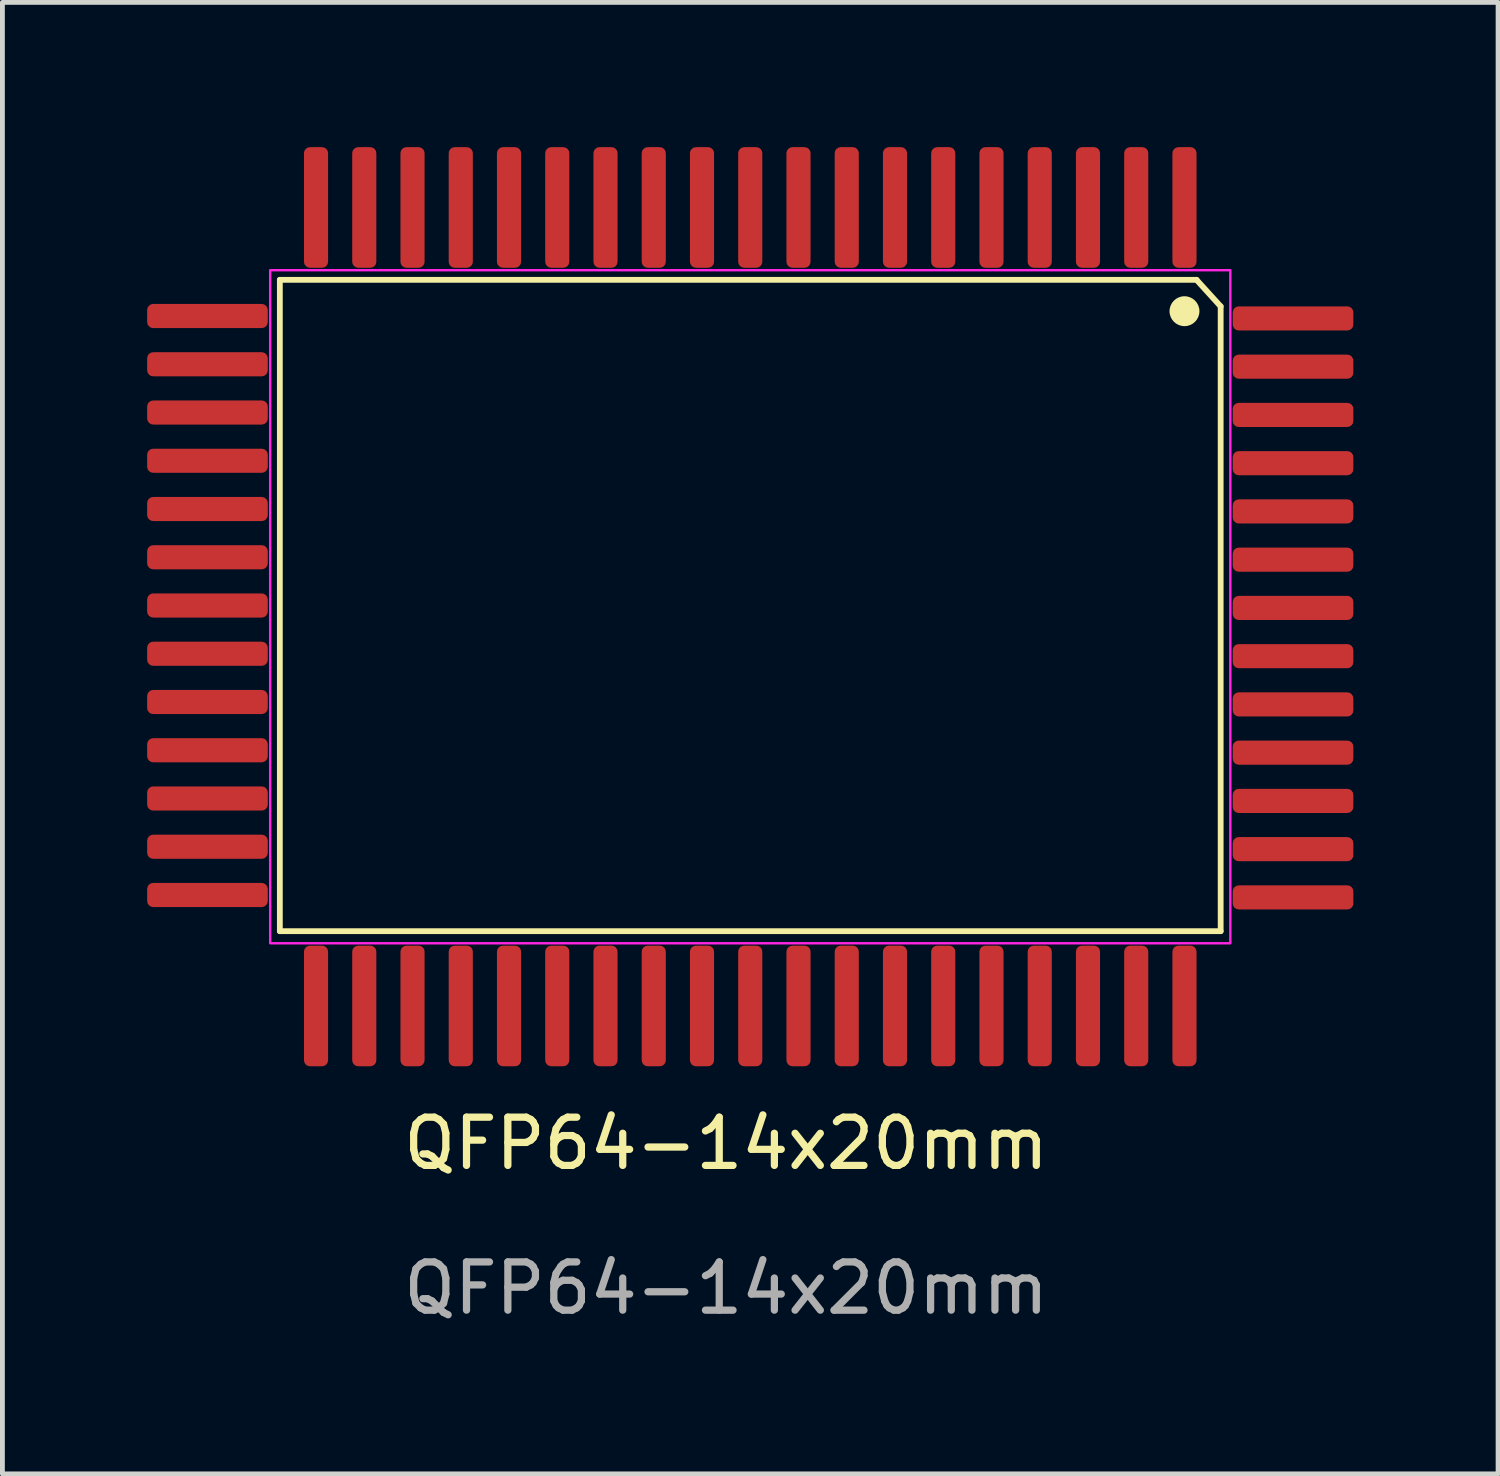
<source format=kicad_pcb>
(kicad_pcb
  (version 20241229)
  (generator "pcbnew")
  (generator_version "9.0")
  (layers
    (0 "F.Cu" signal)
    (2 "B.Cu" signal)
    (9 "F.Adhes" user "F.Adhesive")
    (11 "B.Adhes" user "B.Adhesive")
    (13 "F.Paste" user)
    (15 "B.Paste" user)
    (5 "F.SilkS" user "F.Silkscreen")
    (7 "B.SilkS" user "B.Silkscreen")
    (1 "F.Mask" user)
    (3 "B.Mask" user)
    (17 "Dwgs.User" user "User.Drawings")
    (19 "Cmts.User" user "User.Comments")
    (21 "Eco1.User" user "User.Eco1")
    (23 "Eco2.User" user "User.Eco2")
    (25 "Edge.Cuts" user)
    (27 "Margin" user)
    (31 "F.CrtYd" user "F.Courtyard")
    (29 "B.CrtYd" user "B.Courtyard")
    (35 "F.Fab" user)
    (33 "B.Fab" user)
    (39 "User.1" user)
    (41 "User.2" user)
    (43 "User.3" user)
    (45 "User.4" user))
  (footprint "QFP64-14x20mm"
    (layer "F.Cu")
    (at 12 21.15)
    (property "Reference" "QFP64-14x20mm" (at 0 -0.5 0) (unlocked yes) (layer "F.SilkS") (effects (font (size 1 1) (thickness 0.15))))
    (attr smd)
    (fp_line (start -9.25 -18.4) (end 9.75 -18.4) (stroke (width 0.12) (type solid)) (layer "F.SilkS"))
    (fp_line (start -9.25 -4.9) (end -9.25 -18.4) (stroke (width 0.12) (type solid)) (layer "F.SilkS"))
    (fp_line (start 9.75 -18.4) (end 10.25 -17.85) (stroke (width 0.12) (type solid)) (layer "F.SilkS"))
    (fp_line (start 10.25 -17.85) (end 10.25 -4.9) (stroke (width 0.12) (type solid)) (layer "F.SilkS"))
    (fp_line (start 10.25 -4.9) (end -9.25 -4.9) (stroke (width 0.12) (type solid)) (layer "F.SilkS"))
    (fp_circle (center 9.5 -17.75) (end 9.75 -17.75) (stroke (width 0.12) (type solid)) (fill yes) (layer "F.SilkS"))
    (fp_rect (start -9.45 -18.6) (end 10.45 -4.65) (stroke (width 0.05) (type solid)) (fill no) (layer "F.CrtYd"))
    (fp_text user "${REFERENCE}" (at 0 2.5 0) (unlocked yes) (layer "F.Fab") (effects (font (size 1 1) (thickness 0.15))))
    (pad "1" smd roundrect (at 9.5 -19.9) (size 0.5 2.5) (layers "F.Cu" "F.Mask" "F.Paste") (roundrect_rratio 0.25))
    (pad "2" smd roundrect (at 8.5 -19.9) (size 0.5 2.5) (layers "F.Cu" "F.Mask" "F.Paste") (roundrect_rratio 0.25))
    (pad "3" smd roundrect (at 7.5 -19.9) (size 0.5 2.5) (layers "F.Cu" "F.Mask" "F.Paste") (roundrect_rratio 0.25))
    (pad "4" smd roundrect (at 6.5 -19.9) (size 0.5 2.5) (layers "F.Cu" "F.Mask" "F.Paste") (roundrect_rratio 0.25))
    (pad "5" smd roundrect (at 5.5 -19.9) (size 0.5 2.5) (layers "F.Cu" "F.Mask" "F.Paste") (roundrect_rratio 0.25))
    (pad "6" smd roundrect (at 4.5 -19.9) (size 0.5 2.5) (layers "F.Cu" "F.Mask" "F.Paste") (roundrect_rratio 0.25))
    (pad "7" smd roundrect (at 3.5 -19.9) (size 0.5 2.5) (layers "F.Cu" "F.Mask" "F.Paste") (roundrect_rratio 0.25))
    (pad "8" smd roundrect (at 2.5 -19.9) (size 0.5 2.5) (layers "F.Cu" "F.Mask" "F.Paste") (roundrect_rratio 0.25))
    (pad "9" smd roundrect (at 1.5 -19.9) (size 0.5 2.5) (layers "F.Cu" "F.Mask" "F.Paste") (roundrect_rratio 0.25))
    (pad "10" smd roundrect (at 0.5 -19.9) (size 0.5 2.5) (layers "F.Cu" "F.Mask" "F.Paste") (roundrect_rratio 0.25))
    (pad "11" smd roundrect (at -0.5 -19.9) (size 0.5 2.5) (layers "F.Cu" "F.Mask" "F.Paste") (roundrect_rratio 0.25))
    (pad "12" smd roundrect (at -1.5 -19.9) (size 0.5 2.5) (layers "F.Cu" "F.Mask" "F.Paste") (roundrect_rratio 0.25))
    (pad "13" smd roundrect (at -2.5 -19.9) (size 0.5 2.5) (layers "F.Cu" "F.Mask" "F.Paste") (roundrect_rratio 0.25))
    (pad "14" smd roundrect (at -3.5 -19.9) (size 0.5 2.5) (layers "F.Cu" "F.Mask" "F.Paste") (roundrect_rratio 0.25))
    (pad "15" smd roundrect (at -4.5 -19.9) (size 0.5 2.5) (layers "F.Cu" "F.Mask" "F.Paste") (roundrect_rratio 0.25))
    (pad "16" smd roundrect (at -5.5 -19.9) (size 0.5 2.5) (layers "F.Cu" "F.Mask" "F.Paste") (roundrect_rratio 0.25))
    (pad "17" smd roundrect (at -6.5 -19.9) (size 0.5 2.5) (layers "F.Cu" "F.Mask" "F.Paste") (roundrect_rratio 0.25))
    (pad "18" smd roundrect (at -7.5 -19.9) (size 0.5 2.5) (layers "F.Cu" "F.Mask" "F.Paste") (roundrect_rratio 0.25))
    (pad "19" smd roundrect (at -8.5 -19.9) (size 0.5 2.5) (layers "F.Cu" "F.Mask" "F.Paste") (roundrect_rratio 0.25))
    (pad "20" smd roundrect (at -10.75 -17.65 90) (size 0.5 2.5) (layers "F.Cu" "F.Mask" "F.Paste") (roundrect_rratio 0.25))
    (pad "21" smd roundrect (at -10.75 -16.65 90) (size 0.5 2.5) (layers "F.Cu" "F.Mask" "F.Paste") (roundrect_rratio 0.25))
    (pad "22" smd roundrect (at -10.75 -15.65 90) (size 0.5 2.5) (layers "F.Cu" "F.Mask" "F.Paste") (roundrect_rratio 0.25))
    (pad "23" smd roundrect (at -10.75 -14.65 90) (size 0.5 2.5) (layers "F.Cu" "F.Mask" "F.Paste") (roundrect_rratio 0.25))
    (pad "24" smd roundrect (at -10.75 -13.65 90) (size 0.5 2.5) (layers "F.Cu" "F.Mask" "F.Paste") (roundrect_rratio 0.25))
    (pad "25" smd roundrect (at -10.75 -12.65 90) (size 0.5 2.5) (layers "F.Cu" "F.Mask" "F.Paste") (roundrect_rratio 0.25))
    (pad "26" smd roundrect (at -10.75 -11.65 90) (size 0.5 2.5) (layers "F.Cu" "F.Mask" "F.Paste") (roundrect_rratio 0.25))
    (pad "27" smd roundrect (at -10.75 -10.65 90) (size 0.5 2.5) (layers "F.Cu" "F.Mask" "F.Paste") (roundrect_rratio 0.25))
    (pad "28" smd roundrect (at -10.75 -9.65 90) (size 0.5 2.5) (layers "F.Cu" "F.Mask" "F.Paste") (roundrect_rratio 0.25))
    (pad "29" smd roundrect (at -10.75 -8.65 90) (size 0.5 2.5) (layers "F.Cu" "F.Mask" "F.Paste") (roundrect_rratio 0.25))
    (pad "30" smd roundrect (at -10.75 -7.65 90) (size 0.5 2.5) (layers "F.Cu" "F.Mask" "F.Paste") (roundrect_rratio 0.25))
    (pad "31" smd roundrect (at -10.75 -6.65 90) (size 0.5 2.5) (layers "F.Cu" "F.Mask" "F.Paste") (roundrect_rratio 0.25))
    (pad "32" smd roundrect (at -10.75 -5.65 90) (size 0.5 2.5) (layers "F.Cu" "F.Mask" "F.Paste") (roundrect_rratio 0.25))
    (pad "33" smd roundrect (at -8.5 -3.35 180) (size 0.5 2.5) (layers "F.Cu" "F.Mask" "F.Paste") (roundrect_rratio 0.25))
    (pad "34" smd roundrect (at -7.5 -3.35 180) (size 0.5 2.5) (layers "F.Cu" "F.Mask" "F.Paste") (roundrect_rratio 0.25))
    (pad "35" smd roundrect (at -6.5 -3.35 180) (size 0.5 2.5) (layers "F.Cu" "F.Mask" "F.Paste") (roundrect_rratio 0.25))
    (pad "36" smd roundrect (at -5.5 -3.35 180) (size 0.5 2.5) (layers "F.Cu" "F.Mask" "F.Paste") (roundrect_rratio 0.25))
    (pad "37" smd roundrect (at -4.5 -3.35 180) (size 0.5 2.5) (layers "F.Cu" "F.Mask" "F.Paste") (roundrect_rratio 0.25))
    (pad "38" smd roundrect (at -3.5 -3.35 180) (size 0.5 2.5) (layers "F.Cu" "F.Mask" "F.Paste") (roundrect_rratio 0.25))
    (pad "39" smd roundrect (at -2.5 -3.35 180) (size 0.5 2.5) (layers "F.Cu" "F.Mask" "F.Paste") (roundrect_rratio 0.25))
    (pad "40" smd roundrect (at -1.5 -3.35 180) (size 0.5 2.5) (layers "F.Cu" "F.Mask" "F.Paste") (roundrect_rratio 0.25))
    (pad "41" smd roundrect (at -0.5 -3.35 180) (size 0.5 2.5) (layers "F.Cu" "F.Mask" "F.Paste") (roundrect_rratio 0.25))
    (pad "42" smd roundrect (at 0.5 -3.35 180) (size 0.5 2.5) (layers "F.Cu" "F.Mask" "F.Paste") (roundrect_rratio 0.25))
    (pad "43" smd roundrect (at 1.5 -3.35 180) (size 0.5 2.5) (layers "F.Cu" "F.Mask" "F.Paste") (roundrect_rratio 0.25))
    (pad "44" smd roundrect (at 2.5 -3.35 180) (size 0.5 2.5) (layers "F.Cu" "F.Mask" "F.Paste") (roundrect_rratio 0.25))
    (pad "45" smd roundrect (at 3.5 -3.35 180) (size 0.5 2.5) (layers "F.Cu" "F.Mask" "F.Paste") (roundrect_rratio 0.25))
    (pad "46" smd roundrect (at 4.5 -3.35 180) (size 0.5 2.5) (layers "F.Cu" "F.Mask" "F.Paste") (roundrect_rratio 0.25))
    (pad "47" smd roundrect (at 5.5 -3.35 180) (size 0.5 2.5) (layers "F.Cu" "F.Mask" "F.Paste") (roundrect_rratio 0.25))
    (pad "48" smd roundrect (at 6.5 -3.35 180) (size 0.5 2.5) (layers "F.Cu" "F.Mask" "F.Paste") (roundrect_rratio 0.25))
    (pad "49" smd roundrect (at 7.5 -3.35 180) (size 0.5 2.5) (layers "F.Cu" "F.Mask" "F.Paste") (roundrect_rratio 0.25))
    (pad "50" smd roundrect (at 8.5 -3.35 180) (size 0.5 2.5) (layers "F.Cu" "F.Mask" "F.Paste") (roundrect_rratio 0.25))
    (pad "51" smd roundrect (at 9.5 -3.35 180) (size 0.5 2.5) (layers "F.Cu" "F.Mask" "F.Paste") (roundrect_rratio 0.25))
    (pad "52" smd roundrect (at 11.75 -5.6 270) (size 0.5 2.5) (layers "F.Cu" "F.Mask" "F.Paste") (roundrect_rratio 0.25))
    (pad "53" smd roundrect (at 11.75 -6.6 270) (size 0.5 2.5) (layers "F.Cu" "F.Mask" "F.Paste") (roundrect_rratio 0.25))
    (pad "54" smd roundrect (at 11.75 -7.6 270) (size 0.5 2.5) (layers "F.Cu" "F.Mask" "F.Paste") (roundrect_rratio 0.25))
    (pad "55" smd roundrect (at 11.75 -8.6 270) (size 0.5 2.5) (layers "F.Cu" "F.Mask" "F.Paste") (roundrect_rratio 0.25))
    (pad "56" smd roundrect (at 11.75 -9.6 270) (size 0.5 2.5) (layers "F.Cu" "F.Mask" "F.Paste") (roundrect_rratio 0.25))
    (pad "57" smd roundrect (at 11.75 -10.6 270) (size 0.5 2.5) (layers "F.Cu" "F.Mask" "F.Paste") (roundrect_rratio 0.25))
    (pad "58" smd roundrect (at 11.75 -11.6 270) (size 0.5 2.5) (layers "F.Cu" "F.Mask" "F.Paste") (roundrect_rratio 0.25))
    (pad "59" smd roundrect (at 11.75 -12.6 270) (size 0.5 2.5) (layers "F.Cu" "F.Mask" "F.Paste") (roundrect_rratio 0.25))
    (pad "60" smd roundrect (at 11.75 -13.6 270) (size 0.5 2.5) (layers "F.Cu" "F.Mask" "F.Paste") (roundrect_rratio 0.25))
    (pad "61" smd roundrect (at 11.75 -14.6 270) (size 0.5 2.5) (layers "F.Cu" "F.Mask" "F.Paste") (roundrect_rratio 0.25))
    (pad "62" smd roundrect (at 11.75 -15.6 270) (size 0.5 2.5) (layers "F.Cu" "F.Mask" "F.Paste") (roundrect_rratio 0.25))
    (pad "63" smd roundrect (at 11.75 -16.6 270) (size 0.5 2.5) (layers "F.Cu" "F.Mask" "F.Paste") (roundrect_rratio 0.25))
    (pad "64" smd roundrect (at 11.75 -17.6 270) (size 0.5 2.5) (layers "F.Cu" "F.Mask" "F.Paste") (roundrect_rratio 0.25)))
  (gr_rect
    (start -3 -3)
    (end 28 27.498)
    (stroke (width 0.1) (type default))
    (fill no)
    (layer "Edge.Cuts")))
</source>
